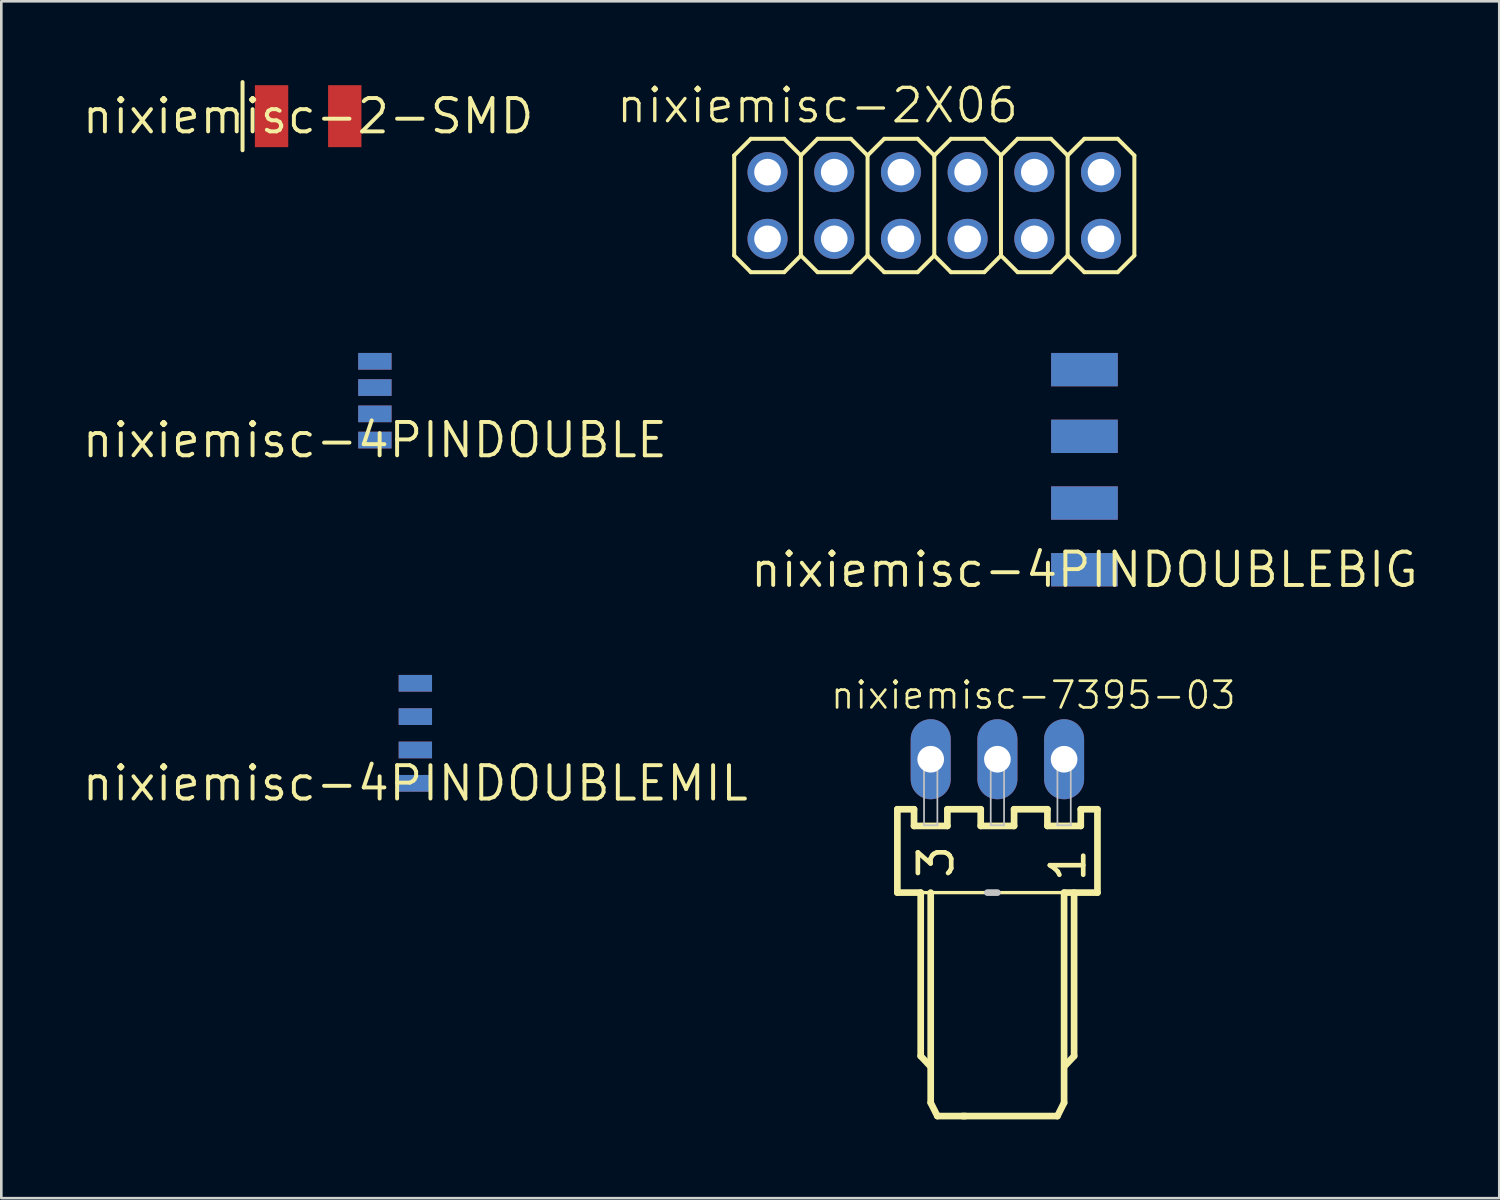
<source format=kicad_pcb>
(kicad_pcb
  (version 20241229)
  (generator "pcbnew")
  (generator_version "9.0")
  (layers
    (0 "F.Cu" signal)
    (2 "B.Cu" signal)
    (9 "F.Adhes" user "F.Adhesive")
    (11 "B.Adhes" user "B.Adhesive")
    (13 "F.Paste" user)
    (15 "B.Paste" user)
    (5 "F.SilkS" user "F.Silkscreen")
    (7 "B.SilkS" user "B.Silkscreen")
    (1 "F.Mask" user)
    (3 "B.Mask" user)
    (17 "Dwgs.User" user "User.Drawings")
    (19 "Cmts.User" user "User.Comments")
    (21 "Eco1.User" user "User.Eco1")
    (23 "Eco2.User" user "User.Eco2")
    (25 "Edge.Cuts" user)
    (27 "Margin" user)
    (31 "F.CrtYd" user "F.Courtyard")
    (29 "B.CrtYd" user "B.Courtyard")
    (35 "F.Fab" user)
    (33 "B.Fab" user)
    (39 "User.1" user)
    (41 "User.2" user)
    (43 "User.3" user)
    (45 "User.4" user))
  (footprint "nixiemisc-7395-03"
    (layer "F.Cu")
    (at 34.934 25.864)
    (property "Reference" "nixiemisc-7395-03" (at 1.369 -2.438 180) (layer "F.SilkS") (effects (font (size 1.016 1.016) (thickness 0.102))))
    (attr exclude_from_pos_files exclude_from_bom)
    (fp_line (start -3.81 1.905) (end -3.81 5.08) (stroke (width 0.254) (type solid)) (layer "F.SilkS"))
    (fp_line (start -3.81 5.08) (end -2.921 5.08) (stroke (width 0.254) (type solid)) (layer "F.SilkS"))
    (fp_line (start -3.175 1.905) (end -3.81 1.905) (stroke (width 0.254) (type solid)) (layer "F.SilkS"))
    (fp_line (start -3.175 2.54) (end -3.175 1.905) (stroke (width 0.254) (type solid)) (layer "F.SilkS"))
    (fp_line (start -2.921 5.08) (end -2.921 11.303) (stroke (width 0.254) (type solid)) (layer "F.SilkS"))
    (fp_line (start -2.921 5.08) (end 2.54 5.08) (stroke (width 0.127) (type solid)) (layer "F.SilkS"))
    (fp_line (start -2.921 11.303) (end -2.588 11.659) (stroke (width 0.254) (type solid)) (layer "F.SilkS"))
    (fp_line (start -2.54 5.08) (end -2.54 13.081) (stroke (width 0.254) (type solid)) (layer "F.SilkS"))
    (fp_line (start -2.54 13.081) (end -2.286 13.589) (stroke (width 0.254) (type solid)) (layer "F.SilkS"))
    (fp_line (start -2.286 13.589) (end -1.219 13.589) (stroke (width 0.254) (type solid)) (layer "F.SilkS"))
    (fp_line (start -1.905 1.905) (end -1.905 2.54) (stroke (width 0.254) (type solid)) (layer "F.SilkS"))
    (fp_line (start -1.905 2.54) (end -3.175 2.54) (stroke (width 0.254) (type solid)) (layer "F.SilkS"))
    (fp_line (start -0.635 1.905) (end -1.905 1.905) (stroke (width 0.254) (type solid)) (layer "F.SilkS"))
    (fp_line (start -0.635 2.54) (end -0.635 1.905) (stroke (width 0.254) (type solid)) (layer "F.SilkS"))
    (fp_line (start 0.635 1.905) (end 0.635 2.54) (stroke (width 0.254) (type solid)) (layer "F.SilkS"))
    (fp_line (start 0.635 2.54) (end -0.635 2.54) (stroke (width 0.254) (type solid)) (layer "F.SilkS"))
    (fp_line (start 1.905 1.905) (end 0.635 1.905) (stroke (width 0.254) (type solid)) (layer "F.SilkS"))
    (fp_line (start 1.905 2.54) (end 1.905 1.905) (stroke (width 0.254) (type solid)) (layer "F.SilkS"))
    (fp_line (start 2.286 13.589) (end -1.321 13.589) (stroke (width 0.254) (type solid)) (layer "F.SilkS"))
    (fp_line (start 2.54 5.08) (end 2.54 13.081) (stroke (width 0.254) (type solid)) (layer "F.SilkS"))
    (fp_line (start 2.54 5.08) (end 3.81 5.08) (stroke (width 0.254) (type solid)) (layer "F.SilkS"))
    (fp_line (start 2.54 13.081) (end 2.286 13.589) (stroke (width 0.254) (type solid)) (layer "F.SilkS"))
    (fp_line (start 2.921 5.08) (end 2.921 11.303) (stroke (width 0.254) (type solid)) (layer "F.SilkS"))
    (fp_line (start 2.921 11.303) (end 2.588 11.659) (stroke (width 0.254) (type solid)) (layer "F.SilkS"))
    (fp_line (start 3.175 1.905) (end 3.175 2.54) (stroke (width 0.254) (type solid)) (layer "F.SilkS"))
    (fp_line (start 3.175 2.54) (end 1.905 2.54) (stroke (width 0.254) (type solid)) (layer "F.SilkS"))
    (fp_line (start 3.81 1.905) (end 3.175 1.905) (stroke (width 0.254) (type solid)) (layer "F.SilkS"))
    (fp_line (start 3.81 5.08) (end 3.81 1.905) (stroke (width 0.254) (type solid)) (layer "F.SilkS"))
    (fp_line (start -2.794 -0.254) (end -2.286 -0.254) (stroke (width 0.066) (type solid)) (layer "Dwgs.User"))
    (fp_line (start -2.794 0.254) (end -2.794 -0.254) (stroke (width 0.066) (type solid)) (layer "Dwgs.User"))
    (fp_line (start -2.794 0.254) (end -2.286 0.254) (stroke (width 0.066) (type solid)) (layer "Dwgs.User"))
    (fp_line (start -2.794 0.279) (end -2.286 0.279) (stroke (width 0.066) (type solid)) (layer "Dwgs.User"))
    (fp_line (start -2.794 2.515) (end -2.794 0.279) (stroke (width 0.066) (type solid)) (layer "Dwgs.User"))
    (fp_line (start -2.794 2.515) (end -2.286 2.515) (stroke (width 0.066) (type solid)) (layer "Dwgs.User"))
    (fp_line (start -2.286 0.254) (end -2.286 -0.254) (stroke (width 0.066) (type solid)) (layer "Dwgs.User"))
    (fp_line (start -2.286 2.515) (end -2.286 0.279) (stroke (width 0.066) (type solid)) (layer "Dwgs.User"))
    (fp_line (start -0.254 -0.254) (end 0.254 -0.254) (stroke (width 0.066) (type solid)) (layer "Dwgs.User"))
    (fp_line (start -0.254 0.254) (end -0.254 -0.254) (stroke (width 0.066) (type solid)) (layer "Dwgs.User"))
    (fp_line (start -0.254 0.254) (end 0.254 0.254) (stroke (width 0.066) (type solid)) (layer "Dwgs.User"))
    (fp_line (start -0.254 0.279) (end 0.254 0.279) (stroke (width 0.066) (type solid)) (layer "Dwgs.User"))
    (fp_line (start -0.254 2.515) (end -0.254 0.279) (stroke (width 0.066) (type solid)) (layer "Dwgs.User"))
    (fp_line (start -0.254 2.515) (end 0.254 2.515) (stroke (width 0.066) (type solid)) (layer "Dwgs.User"))
    (fp_line (start 0 5.08) (end -0.381 5.08) (stroke (width 0.254) (type solid)) (layer "Dwgs.User"))
    (fp_line (start 0.254 0.254) (end 0.254 -0.254) (stroke (width 0.066) (type solid)) (layer "Dwgs.User"))
    (fp_line (start 0.254 2.515) (end 0.254 0.279) (stroke (width 0.066) (type solid)) (layer "Dwgs.User"))
    (fp_line (start 2.286 -0.254) (end 2.794 -0.254) (stroke (width 0.066) (type solid)) (layer "Dwgs.User"))
    (fp_line (start 2.286 0.254) (end 2.286 -0.254) (stroke (width 0.066) (type solid)) (layer "Dwgs.User"))
    (fp_line (start 2.286 0.254) (end 2.794 0.254) (stroke (width 0.066) (type solid)) (layer "Dwgs.User"))
    (fp_line (start 2.286 0.279) (end 2.794 0.279) (stroke (width 0.066) (type solid)) (layer "Dwgs.User"))
    (fp_line (start 2.286 2.515) (end 2.286 0.279) (stroke (width 0.066) (type solid)) (layer "Dwgs.User"))
    (fp_line (start 2.286 2.515) (end 2.794 2.515) (stroke (width 0.066) (type solid)) (layer "Dwgs.User"))
    (fp_line (start 2.794 0.254) (end 2.794 -0.254) (stroke (width 0.066) (type solid)) (layer "Dwgs.User"))
    (fp_line (start 2.794 2.515) (end 2.794 0.279) (stroke (width 0.066) (type solid)) (layer "Dwgs.User"))
    (fp_text user "1" (at 2.69 4.036 270) (layer "F.SilkS") (effects (font (size 1.27 1.27) (thickness 0.178))))
    (fp_text user "3" (at -2.337 3.909 270) (layer "F.SilkS") (effects (font (size 1.27 1.27) (thickness 0.178))))
    (pad "1" thru_hole oval (at 2.54 0 180) (size 1.524 3.048) (drill 1.016) (layers "*.Cu" "*.Mask"))
    (pad "2" thru_hole oval (at 0 0 180) (size 1.524 3.048) (drill 1.016) (layers "*.Cu" "*.Mask"))
    (pad "3" thru_hole oval (at -2.54 0 180) (size 1.524 3.048) (drill 1.016) (layers "*.Cu" "*.Mask")))
  (footprint "nixiemisc-4PINDOUBLE"
    (layer "F.Cu")
    (at 11.226 13.709)
    (property "Reference" "nixiemisc-4PINDOUBLE" (at 0 0 0) (layer "F.SilkS") (effects (font (size 1.27 1.27) (thickness 0.15))))
    (attr smd)
    (pad "P$1" smd rect (at 0 0) (size 1.27 0.635) (layers "F.Cu" "F.Mask" "F.Paste"))
    (pad "P$2" smd rect (at 0 -0.998) (size 1.27 0.635) (layers "F.Cu" "F.Mask" "F.Paste"))
    (pad "P$3" smd rect (at 0 -1.999) (size 1.27 0.635) (layers "F.Cu" "F.Mask" "F.Paste"))
    (pad "P$4" smd rect (at 0 -3) (size 1.27 0.635) (layers "F.Cu" "F.Mask" "F.Paste"))
    (pad "P$5" smd rect (at 0 0) (size 1.27 0.635) (layers "B.Cu" "B.Mask"))
    (pad "P$6" smd rect (at 0 -0.998) (size 1.27 0.635) (layers "B.Cu" "B.Mask"))
    (pad "P$7" smd rect (at 0 -1.999) (size 1.27 0.635) (layers "B.Cu" "B.Mask"))
    (pad "P$8" smd rect (at 0 -3) (size 1.27 0.635) (layers "B.Cu" "B.Mask")))
  (footprint "nixiemisc-2-SMD"
    (layer "F.Cu")
    (at 8.686 1.374)
    (property "Reference" "nixiemisc-2-SMD" (at 0 0 0) (layer "F.SilkS") (effects (font (size 1.27 1.27) (thickness 0.15))))
    (attr smd)
    (fp_line (start -2.499 -1.298) (end -2.499 1.298) (stroke (width 0.152) (type solid)) (layer "F.SilkS"))
    (pad "1" smd rect (at -1.394 0 90) (size 2.36 1.27) (layers "F.Cu" "F.Mask" "F.Paste"))
    (pad "2" smd rect (at 1.394 0 90) (size 2.36 1.27) (layers "F.Cu" "F.Mask" "F.Paste")))
  (footprint "nixiemisc-4PINDOUBLEBIG"
    (layer "F.Cu")
    (at 38.249 18.647)
    (property "Reference" "nixiemisc-4PINDOUBLEBIG" (at 0 0 0) (layer "F.SilkS") (effects (font (size 1.27 1.27) (thickness 0.15))))
    (attr smd)
    (pad "P$1" smd rect (at 0 0) (size 2.54 1.27) (layers "F.Cu" "F.Mask" "F.Paste"))
    (pad "P$2" smd rect (at 0 -2.54) (size 2.54 1.27) (layers "F.Cu" "F.Mask" "F.Paste"))
    (pad "P$3" smd rect (at 0 -5.08) (size 2.54 1.27) (layers "F.Cu" "F.Mask" "F.Paste"))
    (pad "P$4" smd rect (at 0 -7.62) (size 2.54 1.27) (layers "F.Cu" "F.Mask" "F.Paste"))
    (pad "P$5" smd rect (at 0 0) (size 2.54 1.27) (layers "B.Cu" "B.Mask"))
    (pad "P$6" smd rect (at 0 -2.54) (size 2.54 1.27) (layers "B.Cu" "B.Mask"))
    (pad "P$7" smd rect (at 0 -5.08) (size 2.54 1.27) (layers "B.Cu" "B.Mask"))
    (pad "P$8" smd rect (at 0 -7.62) (size 2.54 1.27) (layers "B.Cu" "B.Mask")))
  (footprint "nixiemisc-2X06"
    (layer "F.Cu")
    (at 32.53 4.776)
    (property "Reference" "nixiemisc-2X06" (at -4.445 -3.81 0) (layer "F.SilkS") (effects (font (size 1.27 1.27) (thickness 0.127))))
    (attr exclude_from_pos_files exclude_from_bom)
    (fp_line (start -7.62 -1.905) (end -6.985 -2.54) (stroke (width 0.152) (type solid)) (layer "F.SilkS"))
    (fp_line (start -7.62 1.905) (end -7.62 -1.905) (stroke (width 0.152) (type solid)) (layer "F.SilkS"))
    (fp_line (start -7.62 1.905) (end -6.985 2.54) (stroke (width 0.152) (type solid)) (layer "F.SilkS"))
    (fp_line (start -6.985 -2.54) (end -5.715 -2.54) (stroke (width 0.152) (type solid)) (layer "F.SilkS"))
    (fp_line (start -6.985 2.54) (end -5.715 2.54) (stroke (width 0.152) (type solid)) (layer "F.SilkS"))
    (fp_line (start -5.715 -2.54) (end -5.08 -1.905) (stroke (width 0.152) (type solid)) (layer "F.SilkS"))
    (fp_line (start -5.715 2.54) (end -5.08 1.905) (stroke (width 0.152) (type solid)) (layer "F.SilkS"))
    (fp_line (start -5.08 -1.905) (end -5.08 1.905) (stroke (width 0.152) (type solid)) (layer "F.SilkS"))
    (fp_line (start -5.08 -1.905) (end -4.445 -2.54) (stroke (width 0.152) (type solid)) (layer "F.SilkS"))
    (fp_line (start -5.08 1.905) (end -4.445 2.54) (stroke (width 0.152) (type solid)) (layer "F.SilkS"))
    (fp_line (start -4.445 -2.54) (end -3.175 -2.54) (stroke (width 0.152) (type solid)) (layer "F.SilkS"))
    (fp_line (start -4.445 2.54) (end -3.175 2.54) (stroke (width 0.152) (type solid)) (layer "F.SilkS"))
    (fp_line (start -3.175 -2.54) (end -2.54 -1.905) (stroke (width 0.152) (type solid)) (layer "F.SilkS"))
    (fp_line (start -3.175 2.54) (end -2.54 1.905) (stroke (width 0.152) (type solid)) (layer "F.SilkS"))
    (fp_line (start -2.54 -1.905) (end -2.54 1.905) (stroke (width 0.152) (type solid)) (layer "F.SilkS"))
    (fp_line (start -2.54 -1.905) (end -1.905 -2.54) (stroke (width 0.152) (type solid)) (layer "F.SilkS"))
    (fp_line (start -2.54 1.905) (end -1.905 2.54) (stroke (width 0.152) (type solid)) (layer "F.SilkS"))
    (fp_line (start -1.905 -2.54) (end -0.635 -2.54) (stroke (width 0.152) (type solid)) (layer "F.SilkS"))
    (fp_line (start -1.905 2.54) (end -0.635 2.54) (stroke (width 0.152) (type solid)) (layer "F.SilkS"))
    (fp_line (start -0.635 -2.54) (end 0 -1.905) (stroke (width 0.152) (type solid)) (layer "F.SilkS"))
    (fp_line (start -0.635 2.54) (end 0 1.905) (stroke (width 0.152) (type solid)) (layer "F.SilkS"))
    (fp_line (start 0 -1.905) (end 0 1.905) (stroke (width 0.152) (type solid)) (layer "F.SilkS"))
    (fp_line (start 0 -1.905) (end 0.635 -2.54) (stroke (width 0.152) (type solid)) (layer "F.SilkS"))
    (fp_line (start 0 1.905) (end 0.635 2.54) (stroke (width 0.152) (type solid)) (layer "F.SilkS"))
    (fp_line (start 0.635 -2.54) (end 1.905 -2.54) (stroke (width 0.152) (type solid)) (layer "F.SilkS"))
    (fp_line (start 0.635 2.54) (end 1.905 2.54) (stroke (width 0.152) (type solid)) (layer "F.SilkS"))
    (fp_line (start 1.905 -2.54) (end 2.54 -1.905) (stroke (width 0.152) (type solid)) (layer "F.SilkS"))
    (fp_line (start 1.905 2.54) (end 2.54 1.905) (stroke (width 0.152) (type solid)) (layer "F.SilkS"))
    (fp_line (start 2.54 -1.905) (end 2.54 1.905) (stroke (width 0.152) (type solid)) (layer "F.SilkS"))
    (fp_line (start 2.54 -1.905) (end 3.175 -2.54) (stroke (width 0.152) (type solid)) (layer "F.SilkS"))
    (fp_line (start 2.54 1.905) (end 3.175 2.54) (stroke (width 0.152) (type solid)) (layer "F.SilkS"))
    (fp_line (start 3.175 -2.54) (end 4.445 -2.54) (stroke (width 0.152) (type solid)) (layer "F.SilkS"))
    (fp_line (start 3.175 2.54) (end 4.445 2.54) (stroke (width 0.152) (type solid)) (layer "F.SilkS"))
    (fp_line (start 4.445 -2.54) (end 5.08 -1.905) (stroke (width 0.152) (type solid)) (layer "F.SilkS"))
    (fp_line (start 4.445 2.54) (end 5.08 1.905) (stroke (width 0.152) (type solid)) (layer "F.SilkS"))
    (fp_line (start 5.08 -1.905) (end 5.08 1.905) (stroke (width 0.152) (type solid)) (layer "F.SilkS"))
    (fp_line (start 5.08 -1.905) (end 5.715 -2.54) (stroke (width 0.152) (type solid)) (layer "F.SilkS"))
    (fp_line (start 5.08 1.905) (end 5.715 2.54) (stroke (width 0.152) (type solid)) (layer "F.SilkS"))
    (fp_line (start 5.715 -2.54) (end 6.985 -2.54) (stroke (width 0.152) (type solid)) (layer "F.SilkS"))
    (fp_line (start 5.715 2.54) (end 6.985 2.54) (stroke (width 0.152) (type solid)) (layer "F.SilkS"))
    (fp_line (start 6.985 -2.54) (end 7.62 -1.905) (stroke (width 0.152) (type solid)) (layer "F.SilkS"))
    (fp_line (start 6.985 2.54) (end 7.62 1.905) (stroke (width 0.152) (type solid)) (layer "F.SilkS"))
    (fp_line (start 7.62 -1.905) (end 7.62 1.905) (stroke (width 0.152) (type solid)) (layer "F.SilkS"))
    (fp_line (start -6.604 -1.524) (end -6.096 -1.524) (stroke (width 0.066) (type solid)) (layer "Dwgs.User"))
    (fp_line (start -6.604 -1.016) (end -6.604 -1.524) (stroke (width 0.066) (type solid)) (layer "Dwgs.User"))
    (fp_line (start -6.604 -1.016) (end -6.096 -1.016) (stroke (width 0.066) (type solid)) (layer "Dwgs.User"))
    (fp_line (start -6.604 1.016) (end -6.096 1.016) (stroke (width 0.066) (type solid)) (layer "Dwgs.User"))
    (fp_line (start -6.604 1.524) (end -6.604 1.016) (stroke (width 0.066) (type solid)) (layer "Dwgs.User"))
    (fp_line (start -6.604 1.524) (end -6.096 1.524) (stroke (width 0.066) (type solid)) (layer "Dwgs.User"))
    (fp_line (start -6.096 -1.016) (end -6.096 -1.524) (stroke (width 0.066) (type solid)) (layer "Dwgs.User"))
    (fp_line (start -6.096 1.524) (end -6.096 1.016) (stroke (width 0.066) (type solid)) (layer "Dwgs.User"))
    (fp_line (start -4.064 -1.524) (end -3.556 -1.524) (stroke (width 0.066) (type solid)) (layer "Dwgs.User"))
    (fp_line (start -4.064 -1.016) (end -4.064 -1.524) (stroke (width 0.066) (type solid)) (layer "Dwgs.User"))
    (fp_line (start -4.064 -1.016) (end -3.556 -1.016) (stroke (width 0.066) (type solid)) (layer "Dwgs.User"))
    (fp_line (start -4.064 1.016) (end -3.556 1.016) (stroke (width 0.066) (type solid)) (layer "Dwgs.User"))
    (fp_line (start -4.064 1.524) (end -4.064 1.016) (stroke (width 0.066) (type solid)) (layer "Dwgs.User"))
    (fp_line (start -4.064 1.524) (end -3.556 1.524) (stroke (width 0.066) (type solid)) (layer "Dwgs.User"))
    (fp_line (start -3.556 -1.016) (end -3.556 -1.524) (stroke (width 0.066) (type solid)) (layer "Dwgs.User"))
    (fp_line (start -3.556 1.524) (end -3.556 1.016) (stroke (width 0.066) (type solid)) (layer "Dwgs.User"))
    (fp_line (start -1.524 -1.524) (end -1.016 -1.524) (stroke (width 0.066) (type solid)) (layer "Dwgs.User"))
    (fp_line (start -1.524 -1.016) (end -1.524 -1.524) (stroke (width 0.066) (type solid)) (layer "Dwgs.User"))
    (fp_line (start -1.524 -1.016) (end -1.016 -1.016) (stroke (width 0.066) (type solid)) (layer "Dwgs.User"))
    (fp_line (start -1.524 1.016) (end -1.016 1.016) (stroke (width 0.066) (type solid)) (layer "Dwgs.User"))
    (fp_line (start -1.524 1.524) (end -1.524 1.016) (stroke (width 0.066) (type solid)) (layer "Dwgs.User"))
    (fp_line (start -1.524 1.524) (end -1.016 1.524) (stroke (width 0.066) (type solid)) (layer "Dwgs.User"))
    (fp_line (start -1.016 -1.016) (end -1.016 -1.524) (stroke (width 0.066) (type solid)) (layer "Dwgs.User"))
    (fp_line (start -1.016 1.524) (end -1.016 1.016) (stroke (width 0.066) (type solid)) (layer "Dwgs.User"))
    (fp_line (start 1.016 -1.524) (end 1.524 -1.524) (stroke (width 0.066) (type solid)) (layer "Dwgs.User"))
    (fp_line (start 1.016 -1.016) (end 1.016 -1.524) (stroke (width 0.066) (type solid)) (layer "Dwgs.User"))
    (fp_line (start 1.016 -1.016) (end 1.524 -1.016) (stroke (width 0.066) (type solid)) (layer "Dwgs.User"))
    (fp_line (start 1.016 1.016) (end 1.524 1.016) (stroke (width 0.066) (type solid)) (layer "Dwgs.User"))
    (fp_line (start 1.016 1.524) (end 1.016 1.016) (stroke (width 0.066) (type solid)) (layer "Dwgs.User"))
    (fp_line (start 1.016 1.524) (end 1.524 1.524) (stroke (width 0.066) (type solid)) (layer "Dwgs.User"))
    (fp_line (start 1.524 -1.016) (end 1.524 -1.524) (stroke (width 0.066) (type solid)) (layer "Dwgs.User"))
    (fp_line (start 1.524 1.524) (end 1.524 1.016) (stroke (width 0.066) (type solid)) (layer "Dwgs.User"))
    (fp_line (start 3.556 -1.524) (end 4.064 -1.524) (stroke (width 0.066) (type solid)) (layer "Dwgs.User"))
    (fp_line (start 3.556 -1.016) (end 3.556 -1.524) (stroke (width 0.066) (type solid)) (layer "Dwgs.User"))
    (fp_line (start 3.556 -1.016) (end 4.064 -1.016) (stroke (width 0.066) (type solid)) (layer "Dwgs.User"))
    (fp_line (start 3.556 1.016) (end 4.064 1.016) (stroke (width 0.066) (type solid)) (layer "Dwgs.User"))
    (fp_line (start 3.556 1.524) (end 3.556 1.016) (stroke (width 0.066) (type solid)) (layer "Dwgs.User"))
    (fp_line (start 3.556 1.524) (end 4.064 1.524) (stroke (width 0.066) (type solid)) (layer "Dwgs.User"))
    (fp_line (start 4.064 -1.016) (end 4.064 -1.524) (stroke (width 0.066) (type solid)) (layer "Dwgs.User"))
    (fp_line (start 4.064 1.524) (end 4.064 1.016) (stroke (width 0.066) (type solid)) (layer "Dwgs.User"))
    (fp_line (start 6.096 -1.524) (end 6.604 -1.524) (stroke (width 0.066) (type solid)) (layer "Dwgs.User"))
    (fp_line (start 6.096 -1.016) (end 6.096 -1.524) (stroke (width 0.066) (type solid)) (layer "Dwgs.User"))
    (fp_line (start 6.096 -1.016) (end 6.604 -1.016) (stroke (width 0.066) (type solid)) (layer "Dwgs.User"))
    (fp_line (start 6.096 1.016) (end 6.604 1.016) (stroke (width 0.066) (type solid)) (layer "Dwgs.User"))
    (fp_line (start 6.096 1.524) (end 6.096 1.016) (stroke (width 0.066) (type solid)) (layer "Dwgs.User"))
    (fp_line (start 6.096 1.524) (end 6.604 1.524) (stroke (width 0.066) (type solid)) (layer "Dwgs.User"))
    (fp_line (start 6.604 -1.016) (end 6.604 -1.524) (stroke (width 0.066) (type solid)) (layer "Dwgs.User"))
    (fp_line (start 6.604 1.524) (end 6.604 1.016) (stroke (width 0.066) (type solid)) (layer "Dwgs.User"))
    (pad "1" thru_hole circle (at -6.35 1.27) (size 1.524 1.524) (drill 1.016) (layers "*.Cu" "*.Mask"))
    (pad "2" thru_hole circle (at -6.35 -1.27) (size 1.524 1.524) (drill 1.016) (layers "*.Cu" "*.Mask"))
    (pad "3" thru_hole circle (at -3.81 1.27) (size 1.524 1.524) (drill 1.016) (layers "*.Cu" "*.Mask"))
    (pad "4" thru_hole circle (at -3.81 -1.27) (size 1.524 1.524) (drill 1.016) (layers "*.Cu" "*.Mask"))
    (pad "5" thru_hole circle (at -1.27 1.27) (size 1.524 1.524) (drill 1.016) (layers "*.Cu" "*.Mask"))
    (pad "6" thru_hole circle (at -1.27 -1.27) (size 1.524 1.524) (drill 1.016) (layers "*.Cu" "*.Mask"))
    (pad "7" thru_hole circle (at 1.27 1.27) (size 1.524 1.524) (drill 1.016) (layers "*.Cu" "*.Mask"))
    (pad "8" thru_hole circle (at 1.27 -1.27) (size 1.524 1.524) (drill 1.016) (layers "*.Cu" "*.Mask"))
    (pad "9" thru_hole circle (at 3.81 1.27) (size 1.524 1.524) (drill 1.016) (layers "*.Cu" "*.Mask"))
    (pad "10" thru_hole circle (at 3.81 -1.27) (size 1.524 1.524) (drill 1.016) (layers "*.Cu" "*.Mask"))
    (pad "11" thru_hole circle (at 6.35 1.27) (size 1.524 1.524) (drill 1.016) (layers "*.Cu" "*.Mask"))
    (pad "12" thru_hole circle (at 6.35 -1.27) (size 1.524 1.524) (drill 1.016) (layers "*.Cu" "*.Mask")))
  (footprint "nixiemisc-4PINDOUBLEMIL"
    (layer "F.Cu")
    (at 12.768 26.781)
    (property "Reference" "nixiemisc-4PINDOUBLEMIL" (at 0 0 0) (layer "F.SilkS") (effects (font (size 1.27 1.27) (thickness 0.15))))
    (attr smd)
    (pad "P$1" smd rect (at 0 0) (size 1.27 0.635) (layers "F.Cu" "F.Mask" "F.Paste"))
    (pad "P$2" smd rect (at 0 -1.27) (size 1.27 0.635) (layers "F.Cu" "F.Mask" "F.Paste"))
    (pad "P$3" smd rect (at 0 -2.54) (size 1.27 0.635) (layers "F.Cu" "F.Mask" "F.Paste"))
    (pad "P$4" smd rect (at 0 -3.81) (size 1.27 0.635) (layers "F.Cu" "F.Mask" "F.Paste"))
    (pad "P$5" smd rect (at 0 0) (size 1.27 0.635) (layers "B.Cu" "B.Mask"))
    (pad "P$6" smd rect (at 0 -1.27) (size 1.27 0.635) (layers "B.Cu" "B.Mask"))
    (pad "P$7" smd rect (at 0 -2.54) (size 1.27 0.635) (layers "B.Cu" "B.Mask"))
    (pad "P$8" smd rect (at 0 -3.81) (size 1.27 0.635) (layers "B.Cu" "B.Mask")))
  (gr_rect
    (start -3 -3)
    (end 54.047 42.58)
    (stroke (width 0.1) (type default))
    (fill no)
    (layer "Edge.Cuts")))
</source>
